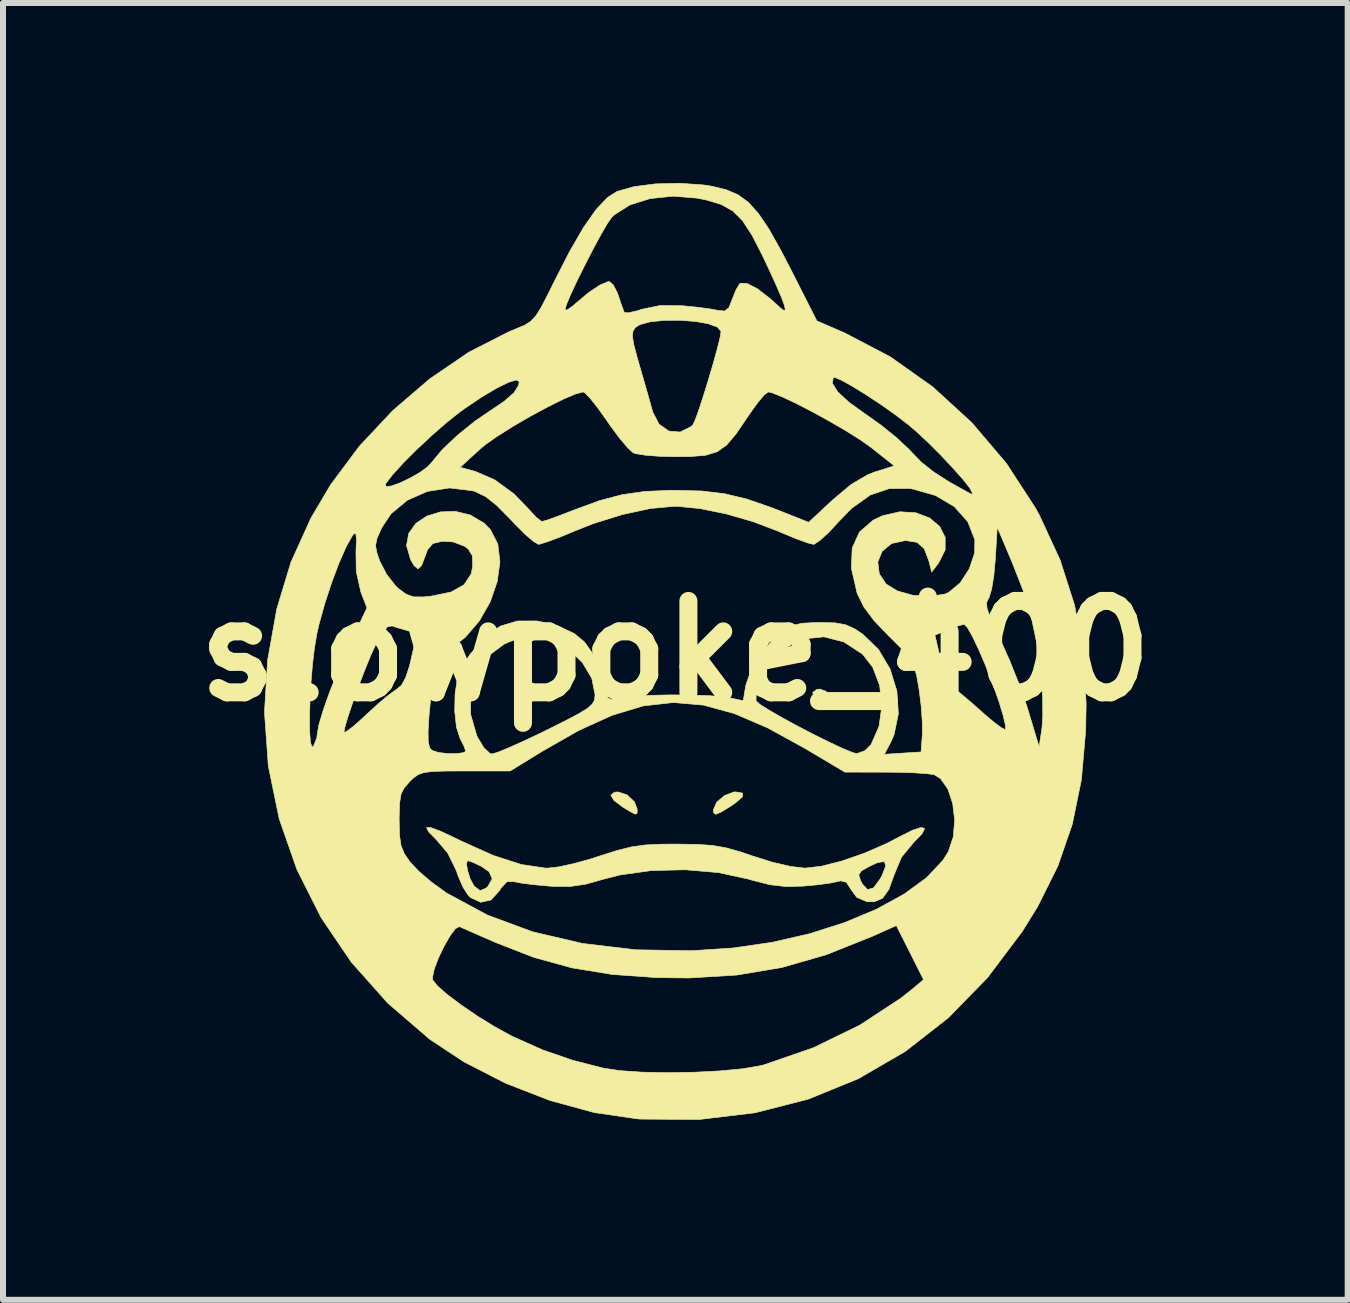
<source format=kicad_pcb>
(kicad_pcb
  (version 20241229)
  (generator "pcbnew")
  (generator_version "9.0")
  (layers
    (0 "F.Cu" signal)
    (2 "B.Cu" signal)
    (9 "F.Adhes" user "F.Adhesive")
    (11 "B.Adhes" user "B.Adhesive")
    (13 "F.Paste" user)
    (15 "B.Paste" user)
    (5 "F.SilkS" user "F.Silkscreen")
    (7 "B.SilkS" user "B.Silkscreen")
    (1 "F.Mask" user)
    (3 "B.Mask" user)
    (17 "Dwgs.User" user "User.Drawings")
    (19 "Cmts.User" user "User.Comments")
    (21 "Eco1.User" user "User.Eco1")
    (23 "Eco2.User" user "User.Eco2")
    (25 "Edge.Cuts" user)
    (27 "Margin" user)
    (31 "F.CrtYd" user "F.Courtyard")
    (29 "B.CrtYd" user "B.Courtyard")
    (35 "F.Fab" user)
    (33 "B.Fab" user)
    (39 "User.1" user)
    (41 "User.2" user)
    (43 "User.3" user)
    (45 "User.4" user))
  (footprint "slowpoke_400"
    (layer "F.Cu")
    (at 8.208 7.802)
    (property "Reference" "slowpoke_400" (at 0 0 0) (layer "F.SilkS") (effects (font (size 1.524 1.524) (thickness 0.3))))
    (attr through_hole)
    (fp_poly (pts (xy -2.31 0.675) (xy -2.286 0.73) (xy -2.339 0.808) (xy -2.413 0.826) (xy -2.516 0.786) (xy -2.54 0.73) (xy -2.487 0.653) (xy -2.413 0.635) (xy -2.31 0.675)) (stroke (width 0.01) (type solid)) (fill yes) (layer "F.SilkS"))
    (fp_poly (pts (xy 2.516 0.675) (xy 2.54 0.73) (xy 2.493 0.81) (xy 2.393 0.821) (xy 2.328 0.783) (xy 2.288 0.693) (xy 2.359 0.64) (xy 2.413 0.635) (xy 2.516 0.675)) (stroke (width 0.01) (type solid)) (fill yes) (layer "F.SilkS"))
    (fp_poly (pts (xy -0.806 2.398) (xy -0.682 2.514) (xy -0.635 2.64) (xy -0.638 2.706) (xy -0.668 2.72) (xy -0.754 2.676) (xy -0.873 2.604) (xy -1.025 2.49) (xy -1.074 2.403) (xy -1.017 2.355) (xy -0.957 2.349) (xy -0.806 2.398)) (stroke (width 0.01) (type solid)) (fill yes) (layer "F.SilkS"))
    (fp_poly (pts (xy 1.12 2.369) (xy 1.12 2.429) (xy 1.002 2.532) (xy 0.921 2.588) (xy 0.756 2.689) (xy 0.671 2.723) (xy 0.639 2.694) (xy 0.635 2.645) (xy 0.689 2.521) (xy 0.819 2.41) (xy 0.975 2.351) (xy 1.005 2.349) (xy 1.12 2.369)) (stroke (width 0.01) (type solid)) (fill yes) (layer "F.SilkS"))
    (fp_poly (pts (xy 4.156 2.962) (xy 4.113 3.047) (xy 3.986 3.176) (xy 3.771 3.435) (xy 3.653 3.717) (xy 3.56 3.974) (xy 3.454 4.122) (xy 3.315 4.181) (xy 3.195 4.18) (xy 3.022 4.105) (xy 2.931 3.979) (xy 2.85 3.855) (xy 2.756 3.831) (xy 2.708 3.843) (xy 2.576 3.87) (xy 2.364 3.898) (xy 2.137 3.919) (xy 1.846 3.927) (xy 1.58 3.897) (xy 1.276 3.82) (xy 1.216 3.802) (xy 0.894 3.732) (xy 3.057 3.732) (xy 3.088 3.829) (xy 3.116 3.882) (xy 3.204 3.977) (xy 3.303 3.95) (xy 3.415 3.798) (xy 3.445 3.743) (xy 3.508 3.581) (xy 3.484 3.51) (xy 3.371 3.527) (xy 3.243 3.586) (xy 3.102 3.665) (xy 3.057 3.732) (xy 0.894 3.732) (xy 0.721 3.694) (xy 0.167 3.647) (xy -0.397 3.66) (xy -0.925 3.734) (xy -1.197 3.804) (xy -1.497 3.888) (xy -1.751 3.925) (xy -2.027 3.924) (xy -2.117 3.918) (xy -2.363 3.895) (xy -2.571 3.869) (xy -2.698 3.844) (xy -2.699 3.844) (xy -2.808 3.847) (xy -2.903 3.947) (xy -2.934 3.998) (xy -3.074 4.151) (xy -3.244 4.189) (xy -3.415 4.11) (xy -3.455 4.07) (xy -3.541 3.935) (xy -3.625 3.74) (xy -3.651 3.662) (xy -3.709 3.543) (xy -3.483 3.543) (xy -3.463 3.661) (xy -3.418 3.801) (xy -3.36 3.912) (xy -3.353 3.921) (xy -3.256 3.995) (xy -3.156 3.954) (xy -3.124 3.924) (xy -3.053 3.796) (xy -3.106 3.678) (xy -3.235 3.589) (xy -3.375 3.523) (xy -3.462 3.493) (xy -3.464 3.493) (xy -3.483 3.543) (xy -3.709 3.543) (xy -3.794 3.369) (xy -3.98 3.15) (xy -4.113 3.014) (xy -4.148 2.945) (xy -4.083 2.941) (xy -3.915 3.004) (xy -3.642 3.132) (xy -3.57 3.168) (xy -3.033 3.409) (xy -2.563 3.56) (xy -2.167 3.619) (xy -2.124 3.619) (xy -1.946 3.599) (xy -1.692 3.544) (xy -1.403 3.464) (xy -1.263 3.418) (xy -0.97 3.325) (xy -0.732 3.266) (xy -0.499 3.233) (xy -0.223 3.22) (xy 0.032 3.219) (xy 0.368 3.224) (xy 0.625 3.242) (xy 0.849 3.282) (xy 1.087 3.349) (xy 1.296 3.42) (xy 1.621 3.522) (xy 1.921 3.591) (xy 2.152 3.619) (xy 2.165 3.619) (xy 2.437 3.588) (xy 2.779 3.5) (xy 3.153 3.37) (xy 3.522 3.209) (xy 3.731 3.1) (xy 3.957 2.986) (xy 4.101 2.941) (xy 4.156 2.962)) (stroke (width 0.01) (type solid)) (fill yes) (layer "F.SilkS"))
    (fp_poly (pts (xy 0.46 -7.77) (xy 0.612 -7.747) (xy 0.845 -7.69) (xy 1.042 -7.607) (xy 1.217 -7.48) (xy 1.384 -7.294) (xy 1.56 -7.033) (xy 1.757 -6.683) (xy 1.931 -6.348) (xy 2.359 -5.503) (xy 2.827 -5.3) (xy 3.581 -4.905) (xy 4.292 -4.402) (xy 4.942 -3.806) (xy 5.516 -3.131) (xy 5.997 -2.393) (xy 6.07 -2.261) (xy 6.414 -1.517) (xy 6.655 -0.763) (xy 6.798 0.026) (xy 6.848 0.873) (xy 6.84 1.327) (xy 6.769 2.146) (xy 6.617 2.888) (xy 6.377 3.584) (xy 6.038 4.264) (xy 5.782 4.677) (xy 5.202 5.448) (xy 4.55 6.115) (xy 3.832 6.676) (xy 3.052 7.129) (xy 2.216 7.471) (xy 1.329 7.698) (xy 0.396 7.81) (xy -0.577 7.803) (xy -0.635 7.799) (xy -1.35 7.695) (xy -2.093 7.492) (xy -2.829 7.206) (xy -3.525 6.849) (xy -4.096 6.471) (xy -4.795 5.869) (xy -5.174 5.442) (xy -4.049 5.442) (xy -4.045 5.483) (xy -3.965 5.585) (xy -3.798 5.73) (xy -3.569 5.902) (xy -3.303 6.084) (xy -3.023 6.257) (xy -2.754 6.405) (xy -2.705 6.43) (xy -2.207 6.652) (xy -1.713 6.822) (xy -1.199 6.954) (xy -0.919 6.996) (xy -0.55 7.021) (xy -0.127 7.029) (xy 0.315 7.022) (xy 0.743 7) (xy 1.122 6.964) (xy 1.417 6.914) (xy 1.476 6.899) (xy 2.305 6.612) (xy 3.073 6.238) (xy 3.759 5.788) (xy 3.958 5.63) (xy 4.138 5.479) (xy 3.911 5.028) (xy 3.684 4.577) (xy 3.273 4.761) (xy 2.513 5.064) (xy 1.776 5.276) (xy 1.026 5.402) (xy 0.225 5.451) (xy -0.305 5.445) (xy -1.053 5.392) (xy -1.726 5.282) (xy -2.363 5.106) (xy -3.004 4.856) (xy -3.246 4.75) (xy -3.447 4.662) (xy -3.576 4.605) (xy -3.601 4.594) (xy -3.666 4.628) (xy -3.756 4.749) (xy -3.856 4.924) (xy -3.95 5.12) (xy -4.019 5.303) (xy -4.049 5.442) (xy -5.174 5.442) (xy -5.4 5.189) (xy -5.906 4.443) (xy -6.309 3.642) (xy -6.597 2.816) (xy -4.604 2.816) (xy -4.598 3.071) (xy -4.573 3.244) (xy -4.518 3.379) (xy -4.421 3.52) (xy -4.275 3.674) (xy -4.063 3.855) (xy -3.829 4.024) (xy -3.811 4.036) (xy -3.138 4.4) (xy -2.38 4.681) (xy -1.549 4.875) (xy -0.659 4.981) (xy 0.277 4.996) (xy 0.962 4.951) (xy 1.61 4.857) (xy 2.235 4.714) (xy 2.822 4.527) (xy 3.354 4.304) (xy 3.814 4.052) (xy 4.188 3.779) (xy 4.459 3.491) (xy 4.551 3.344) (xy 4.634 3.096) (xy 4.656 2.817) (xy 4.623 2.541) (xy 4.542 2.299) (xy 4.419 2.126) (xy 4.314 2.062) (xy 4.197 2.045) (xy 3.986 2.031) (xy 3.715 2.022) (xy 3.503 2.02) (xy 2.826 2.019) (xy 2.154 1.62) (xy 1.54 1.282) (xy 0.984 1.043) (xy 0.466 0.902) (xy -0.032 0.859) (xy -0.532 0.915) (xy -1.051 1.071) (xy -1.611 1.325) (xy -2.212 1.668) (xy -2.754 2) (xy -3.503 2) (xy -3.823 2.001) (xy -4.042 2.008) (xy -4.187 2.026) (xy -4.285 2.059) (xy -4.362 2.113) (xy -4.428 2.176) (xy -4.52 2.281) (xy -4.573 2.388) (xy -4.597 2.539) (xy -4.604 2.771) (xy -4.604 2.816) (xy -6.597 2.816) (xy -6.604 2.797) (xy -6.785 1.918) (xy -6.842 1.12) (xy -6.099 1.12) (xy -6.096 1.354) (xy -6.083 1.521) (xy -6.058 1.599) (xy -6.032 1.587) (xy -5.977 1.448) (xy -5.97 1.392) (xy -5.964 1.355) (xy -5.524 1.355) (xy -5.483 1.344) (xy -5.372 1.26) (xy -5.214 1.12) (xy -5.159 1.068) (xy -4.966 0.891) (xy -4.791 0.743) (xy -4.667 0.652) (xy -4.654 0.645) (xy -4.567 0.573) (xy -4.496 0.446) (xy -4.429 0.241) (xy -4.359 -0.066) (xy -4.352 -0.103) (xy -4.337 -0.245) (xy -4.386 -0.314) (xy -4.468 -0.341) (xy -4.629 -0.387) (xy -4.721 -0.418) (xy -4.8 -0.402) (xy -4.894 -0.289) (xy -4.99 -0.116) (xy -5.075 0.068) (xy -5.175 0.313) (xy -5.281 0.588) (xy -5.379 0.862) (xy -5.46 1.103) (xy -5.512 1.281) (xy -5.524 1.355) (xy -5.964 1.355) (xy -5.943 1.233) (xy -5.87 0.987) (xy -5.761 0.679) (xy -5.625 0.337) (xy -5.473 -0.015) (xy -5.423 -0.122) (xy -5.141 -0.72) (xy -5.244 -0.988) (xy -5.319 -1.327) (xy -5.324 -1.646) (xy -5.32 -1.758) (xy -4.998 -1.758) (xy -4.973 -1.627) (xy -4.924 -1.491) (xy -4.812 -1.276) (xy -4.663 -1.085) (xy -4.618 -1.042) (xy -4.487 -0.946) (xy -4.366 -0.903) (xy -4.2 -0.901) (xy -4.066 -0.915) (xy -3.739 -0.983) (xy -3.521 -1.105) (xy -3.403 -1.287) (xy -3.378 -1.415) (xy -3.383 -1.589) (xy -3.454 -1.701) (xy -3.516 -1.747) (xy -3.704 -1.818) (xy -3.885 -1.83) (xy -4.043 -1.791) (xy -4.131 -1.688) (xy -4.161 -1.606) (xy -4.229 -1.428) (xy -4.289 -1.368) (xy -4.355 -1.423) (xy -4.414 -1.525) (xy -4.481 -1.758) (xy -4.444 -1.962) (xy -4.324 -2.128) (xy -4.14 -2.25) (xy -3.914 -2.319) (xy -3.667 -2.327) (xy -3.419 -2.268) (xy -3.19 -2.132) (xy -3.084 -2.026) (xy -2.96 -1.785) (xy -2.924 -1.488) (xy -2.969 -1.158) (xy -3.085 -0.821) (xy -3.266 -0.503) (xy -3.502 -0.228) (xy -3.72 -0.06) (xy -3.85 0.043) (xy -3.946 0.182) (xy -4.015 0.379) (xy -4.065 0.657) (xy -4.103 1.039) (xy -4.106 1.07) (xy -4.122 1.345) (xy -4.119 1.519) (xy -4.094 1.617) (xy -4.058 1.656) (xy -3.949 1.692) (xy -3.792 1.71) (xy -3.634 1.71) (xy -3.521 1.692) (xy -3.495 1.667) (xy -3.525 1.582) (xy -3.588 1.46) (xy -3.649 1.27) (xy -3.672 1.056) (xy -3.413 1.056) (xy -3.31 1.412) (xy -3.296 1.44) (xy -3.194 1.61) (xy -3.093 1.706) (xy -3.058 1.717) (xy -2.965 1.69) (xy -2.783 1.616) (xy -2.535 1.505) (xy -2.245 1.368) (xy -2.147 1.32) (xy -1.829 1.161) (xy -1.607 1.044) (xy -1.465 0.956) (xy -1.385 0.885) (xy -1.348 0.818) (xy -1.339 0.741) (xy -1.338 0.73) (xy -1.393 0.456) (xy -1.548 0.196) (xy -1.775 -0.026) (xy -2.048 -0.184) (xy -2.341 -0.253) (xy -2.381 -0.254) (xy -2.557 -0.225) (xy -2.771 -0.152) (xy -2.86 -0.111) (xy -3.129 0.091) (xy -3.316 0.37) (xy -3.413 0.7) (xy -3.413 1.056) (xy -3.672 1.056) (xy -3.678 1.006) (xy -3.672 0.719) (xy -3.634 0.456) (xy -3.581 0.298) (xy -3.424 0.058) (xy -3.214 -0.18) (xy -2.993 -0.366) (xy -2.908 -0.418) (xy -2.632 -0.5) (xy -2.307 -0.501) (xy -1.977 -0.428) (xy -1.684 -0.291) (xy -1.512 -0.148) (xy -1.399 0.013) (xy -1.286 0.234) (xy -1.195 0.463) (xy -1.147 0.651) (xy -1.144 0.686) (xy -1.132 0.778) (xy -1.074 0.807) (xy -0.935 0.787) (xy -0.905 0.781) (xy -0.707 0.755) (xy -0.422 0.739) (xy -0.089 0.732) (xy 0.254 0.734) (xy 0.568 0.745) (xy 0.813 0.766) (xy 0.899 0.78) (xy 1.131 0.829) (xy 1.132 0.826) (xy 1.345 0.826) (xy 1.347 0.833) (xy 1.41 0.89) (xy 1.564 0.987) (xy 1.782 1.113) (xy 2.04 1.253) (xy 2.311 1.394) (xy 2.572 1.523) (xy 2.796 1.628) (xy 2.959 1.694) (xy 3.025 1.711) (xy 3.16 1.662) (xy 3.262 1.56) (xy 3.395 1.258) (xy 3.442 0.918) (xy 3.406 0.576) (xy 3.29 0.27) (xy 3.12 0.052) (xy 2.809 -0.151) (xy 2.477 -0.236) (xy 2.142 -0.202) (xy 1.825 -0.049) (xy 1.711 0.042) (xy 1.551 0.227) (xy 1.424 0.446) (xy 1.349 0.66) (xy 1.345 0.826) (xy 1.132 0.826) (xy 1.175 0.57) (xy 1.264 0.315) (xy 1.432 0.039) (xy 1.65 -0.215) (xy 1.799 -0.343) (xy 1.936 -0.421) (xy 2.11 -0.462) (xy 2.361 -0.476) (xy 2.412 -0.476) (xy 2.664 -0.469) (xy 2.84 -0.437) (xy 2.993 -0.367) (xy 3.118 -0.285) (xy 3.385 -0.028) (xy 3.58 0.301) (xy 3.693 0.669) (xy 3.718 1.046) (xy 3.645 1.399) (xy 3.595 1.512) (xy 3.485 1.722) (xy 4.096 1.683) (xy 4.117 1.397) (xy 4.117 1.186) (xy 4.097 0.911) (xy 4.063 0.64) (xy 4.024 0.417) (xy 3.98 0.257) (xy 3.911 0.126) (xy 3.795 -0.014) (xy 3.612 -0.197) (xy 3.559 -0.249) (xy 3.545 -0.264) (xy 4.327 -0.264) (xy 4.42 0.133) (xy 4.513 0.431) (xy 4.625 0.606) (xy 4.652 0.628) (xy 4.769 0.72) (xy 4.942 0.866) (xy 5.132 1.035) (xy 5.302 1.18) (xy 5.434 1.279) (xy 5.502 1.312) (xy 5.505 1.311) (xy 5.503 1.239) (xy 5.466 1.08) (xy 5.402 0.868) (xy 5.395 0.845) (xy 5.289 0.544) (xy 5.173 0.246) (xy 5.056 -0.026) (xy 4.95 -0.247) (xy 4.866 -0.394) (xy 4.815 -0.445) (xy 4.723 -0.422) (xy 4.571 -0.366) (xy 4.543 -0.354) (xy 4.327 -0.264) (xy 3.545 -0.264) (xy 3.31 -0.51) (xy 3.144 -0.731) (xy 3.106 -0.808) (xy 5.188 -0.808) (xy 5.195 -0.715) (xy 5.244 -0.568) (xy 5.343 -0.345) (xy 5.422 -0.179) (xy 5.573 0.159) (xy 5.726 0.542) (xy 5.854 0.903) (xy 5.886 1.006) (xy 6.064 1.599) (xy 6.111 1.291) (xy 6.125 1.087) (xy 6.123 0.806) (xy 6.105 0.498) (xy 6.094 0.383) (xy 6.025 -0.13) (xy 5.931 -0.576) (xy 5.797 -1.011) (xy 5.608 -1.493) (xy 5.604 -1.502) (xy 5.366 -2.064) (xy 5.333 -1.517) (xy 5.308 -1.249) (xy 5.272 -1.029) (xy 5.23 -0.89) (xy 5.218 -0.87) (xy 5.188 -0.808) (xy 3.106 -0.808) (xy 3.04 -0.941) (xy 3.026 -0.98) (xy 2.934 -1.381) (xy 2.948 -1.716) (xy 3.069 -1.983) (xy 3.297 -2.181) (xy 3.453 -2.255) (xy 3.744 -2.321) (xy 4.011 -2.304) (xy 4.238 -2.218) (xy 4.406 -2.076) (xy 4.498 -1.894) (xy 4.498 -1.686) (xy 4.389 -1.468) (xy 4.273 -1.316) (xy 4.227 -1.499) (xy 4.149 -1.705) (xy 4.03 -1.811) (xy 3.841 -1.841) (xy 3.834 -1.841) (xy 3.605 -1.792) (xy 3.448 -1.663) (xy 3.375 -1.484) (xy 3.4 -1.285) (xy 3.513 -1.117) (xy 3.701 -1.001) (xy 3.96 -0.929) (xy 4.238 -0.909) (xy 4.485 -0.947) (xy 4.556 -0.976) (xy 4.749 -1.136) (xy 4.901 -1.372) (xy 4.989 -1.635) (xy 4.992 -1.855) (xy 4.874 -2.156) (xy 4.651 -2.406) (xy 4.338 -2.592) (xy 3.951 -2.702) (xy 3.905 -2.709) (xy 3.564 -2.707) (xy 3.245 -2.598) (xy 2.935 -2.375) (xy 2.721 -2.154) (xy 2.555 -1.975) (xy 2.41 -1.843) (xy 2.314 -1.78) (xy 2.303 -1.778) (xy 2.205 -1.802) (xy 2.026 -1.867) (xy 1.797 -1.961) (xy 1.714 -1.997) (xy 1.297 -2.156) (xy 0.848 -2.285) (xy 0.413 -2.374) (xy 0.037 -2.411) (xy -0.013 -2.412) (xy -0.413 -2.376) (xy -0.877 -2.276) (xy -1.366 -2.124) (xy -1.672 -2.003) (xy -1.915 -1.902) (xy -2.12 -1.825) (xy -2.253 -1.783) (xy -2.281 -1.778) (xy -2.36 -1.822) (xy -2.498 -1.94) (xy -2.67 -2.111) (xy -2.743 -2.19) (xy -2.973 -2.423) (xy -3.16 -2.572) (xy -3.334 -2.657) (xy -3.385 -2.672) (xy -3.762 -2.718) (xy -4.132 -2.661) (xy -4.467 -2.514) (xy -4.739 -2.288) (xy -4.891 -2.061) (xy -4.971 -1.883) (xy -4.998 -1.758) (xy -5.32 -1.758) (xy -5.316 -1.854) (xy -5.325 -1.952) (xy -5.354 -1.959) (xy -5.38 -1.929) (xy -5.483 -1.747) (xy -5.603 -1.475) (xy -5.727 -1.147) (xy -5.842 -0.797) (xy -5.937 -0.457) (xy -5.976 -0.287) (xy -6.017 -0.046) (xy -6.05 0.236) (xy -6.075 0.54) (xy -6.091 0.841) (xy -6.099 1.12) (xy -6.842 1.12) (xy -6.849 1.018) (xy -6.797 0.153) (xy -6.644 -0.702) (xy -6.407 -1.483) (xy -6.073 -2.219) (xy -5.748 -2.769) (xy -5.739 -2.781) (xy -4.833 -2.781) (xy -4.822 -2.74) (xy -4.731 -2.752) (xy -4.588 -2.803) (xy -4.422 -2.883) (xy -4.259 -2.976) (xy -4.141 -3.062) (xy -3.588 -3.062) (xy -3.33 -2.992) (xy -3.012 -2.854) (xy -2.693 -2.621) (xy -2.445 -2.365) (xy -2.328 -2.237) (xy -2.239 -2.165) (xy -2.222 -2.159) (xy -2.141 -2.181) (xy -1.976 -2.24) (xy -1.757 -2.324) (xy -1.701 -2.346) (xy -1.269 -2.505) (xy -0.888 -2.606) (xy -0.505 -2.66) (xy -0.065 -2.679) (xy 0 -2.679) (xy 0.441 -2.667) (xy 0.82 -2.622) (xy 1.188 -2.534) (xy 1.598 -2.392) (xy 1.73 -2.341) (xy 2.223 -2.145) (xy 2.621 -2.517) (xy 2.932 -2.777) (xy 3.209 -2.94) (xy 3.335 -2.988) (xy 3.65 -3.086) (xy 3.27 -3.388) (xy 3.091 -3.515) (xy 2.85 -3.667) (xy 2.572 -3.829) (xy 2.283 -3.988) (xy 2.008 -4.13) (xy 1.774 -4.24) (xy 1.607 -4.306) (xy 1.548 -4.318) (xy 1.481 -4.268) (xy 1.37 -4.136) (xy 1.235 -3.948) (xy 1.205 -3.903) (xy 1.015 -3.623) (xy 0.857 -3.435) (xy 0.697 -3.321) (xy 0.503 -3.262) (xy 0.244 -3.241) (xy 0.019 -3.239) (xy -0.257 -3.245) (xy -0.495 -3.263) (xy -0.659 -3.289) (xy -0.702 -3.304) (xy -0.791 -3.384) (xy -0.926 -3.543) (xy -1.081 -3.752) (xy -1.144 -3.844) (xy -1.294 -4.054) (xy -1.423 -4.216) (xy -1.513 -4.307) (xy -1.536 -4.318) (xy -1.662 -4.285) (xy -1.868 -4.198) (xy -2.127 -4.069) (xy -2.413 -3.915) (xy -2.699 -3.749) (xy -2.958 -3.586) (xy -3.165 -3.442) (xy -3.256 -3.366) (xy -3.588 -3.062) (xy -4.141 -3.062) (xy -4.129 -3.071) (xy -4.071 -3.133) (xy -3.889 -3.352) (xy -3.632 -3.596) (xy -3.337 -3.834) (xy -3.117 -3.984) (xy -2.852 -4.163) (xy -2.689 -4.306) (xy -2.613 -4.429) (xy -2.603 -4.49) (xy -2.651 -4.518) (xy -2.783 -4.478) (xy -2.98 -4.381) (xy -3.226 -4.235) (xy -3.501 -4.05) (xy -3.602 -3.977) (xy -3.819 -3.804) (xy -4.064 -3.59) (xy -4.311 -3.359) (xy -4.536 -3.134) (xy -4.715 -2.938) (xy -4.824 -2.796) (xy -4.833 -2.781) (xy -5.739 -2.781) (xy -5.269 -3.412) (xy -4.71 -4.008) (xy -4.092 -4.538) (xy -3.439 -4.983) (xy -2.913 -5.251) (xy -0.716 -5.251) (xy -0.694 -5.112) (xy -0.636 -4.892) (xy -0.599 -4.763) (xy -0.518 -4.484) (xy -0.443 -4.221) (xy -0.387 -4.02) (xy -0.376 -3.981) (xy -0.271 -3.78) (xy -0.109 -3.666) (xy 0.08 -3.65) (xy 0.262 -3.741) (xy 0.292 -3.769) (xy 0.331 -3.851) (xy 0.394 -4.025) (xy 0.471 -4.262) (xy 0.533 -4.462) (xy 2.617 -4.462) (xy 2.707 -4.32) (xy 2.896 -4.145) (xy 3.173 -3.946) (xy 3.174 -3.946) (xy 3.435 -3.76) (xy 3.689 -3.554) (xy 3.891 -3.365) (xy 3.933 -3.32) (xy 4.101 -3.147) (xy 4.304 -2.986) (xy 4.569 -2.816) (xy 4.924 -2.619) (xy 4.937 -2.612) (xy 4.953 -2.632) (xy 4.91 -2.714) (xy 4.795 -2.861) (xy 4.627 -3.05) (xy 4.429 -3.261) (xy 4.219 -3.471) (xy 4.019 -3.658) (xy 3.889 -3.769) (xy 3.673 -3.934) (xy 3.431 -4.106) (xy 3.185 -4.268) (xy 2.959 -4.408) (xy 2.777 -4.51) (xy 2.661 -4.56) (xy 2.633 -4.559) (xy 2.617 -4.462) (xy 0.533 -4.462) (xy 0.554 -4.531) (xy 0.634 -4.802) (xy 0.701 -5.046) (xy 0.747 -5.232) (xy 0.762 -5.325) (xy 0.704 -5.398) (xy 0.55 -5.455) (xy 0.331 -5.494) (xy 0.077 -5.513) (xy -0.182 -5.512) (xy -0.416 -5.488) (xy -0.593 -5.44) (xy -0.664 -5.395) (xy -0.705 -5.336) (xy -0.716 -5.251) (xy -2.913 -5.251) (xy -2.772 -5.323) (xy -2.648 -5.374) (xy -2.512 -5.431) (xy -2.41 -5.496) (xy -2.322 -5.591) (xy -2.262 -5.687) (xy -1.841 -5.687) (xy -1.801 -5.686) (xy -1.702 -5.757) (xy -1.667 -5.789) (xy -1.45 -5.971) (xy -1.258 -6.1) (xy -1.119 -6.158) (xy -1.102 -6.16) (xy -1.036 -6.105) (xy -0.966 -5.969) (xy -0.949 -5.921) (xy -0.895 -5.759) (xy -0.855 -5.654) (xy -0.85 -5.643) (xy -0.782 -5.637) (xy -0.638 -5.671) (xy -0.556 -5.697) (xy -0.249 -5.76) (xy 0.127 -5.755) (xy 0.372 -5.73) (xy 0.588 -5.701) (xy 0.707 -5.679) (xy 0.823 -5.667) (xy 0.892 -5.722) (xy 0.95 -5.867) (xy 1.013 -6.024) (xy 1.073 -6.122) (xy 1.083 -6.13) (xy 1.193 -6.128) (xy 1.365 -6.04) (xy 1.576 -5.878) (xy 1.642 -5.819) (xy 1.771 -5.701) (xy 1.827 -5.667) (xy 1.83 -5.71) (xy 1.812 -5.779) (xy 1.767 -5.899) (xy 1.679 -6.103) (xy 1.562 -6.36) (xy 1.457 -6.582) (xy 1.282 -6.924) (xy 1.124 -7.168) (xy 0.96 -7.334) (xy 0.765 -7.444) (xy 0.516 -7.518) (xy 0.364 -7.549) (xy -0.034 -7.582) (xy -0.419 -7.542) (xy -0.758 -7.436) (xy -1.019 -7.27) (xy -1.06 -7.23) (xy -1.133 -7.126) (xy -1.241 -6.94) (xy -1.37 -6.702) (xy -1.506 -6.437) (xy -1.636 -6.176) (xy -1.744 -5.944) (xy -1.817 -5.771) (xy -1.841 -5.687) (xy -2.262 -5.687) (xy -2.23 -5.74) (xy -2.113 -5.968) (xy -2.034 -6.128) (xy -1.767 -6.652) (xy -1.53 -7.061) (xy -1.319 -7.362) (xy -1.128 -7.562) (xy -0.971 -7.661) (xy -0.689 -7.741) (xy -0.327 -7.787) (xy 0.07 -7.797) (xy 0.46 -7.77)) (stroke (width 0.01) (type solid)) (fill yes) (layer "F.SilkS")))
  (gr_rect
    (start -3 -3)
    (end 19.416 18.618)
    (stroke (width 0.1) (type default))
    (fill no)
    (layer "Edge.Cuts")))
</source>
